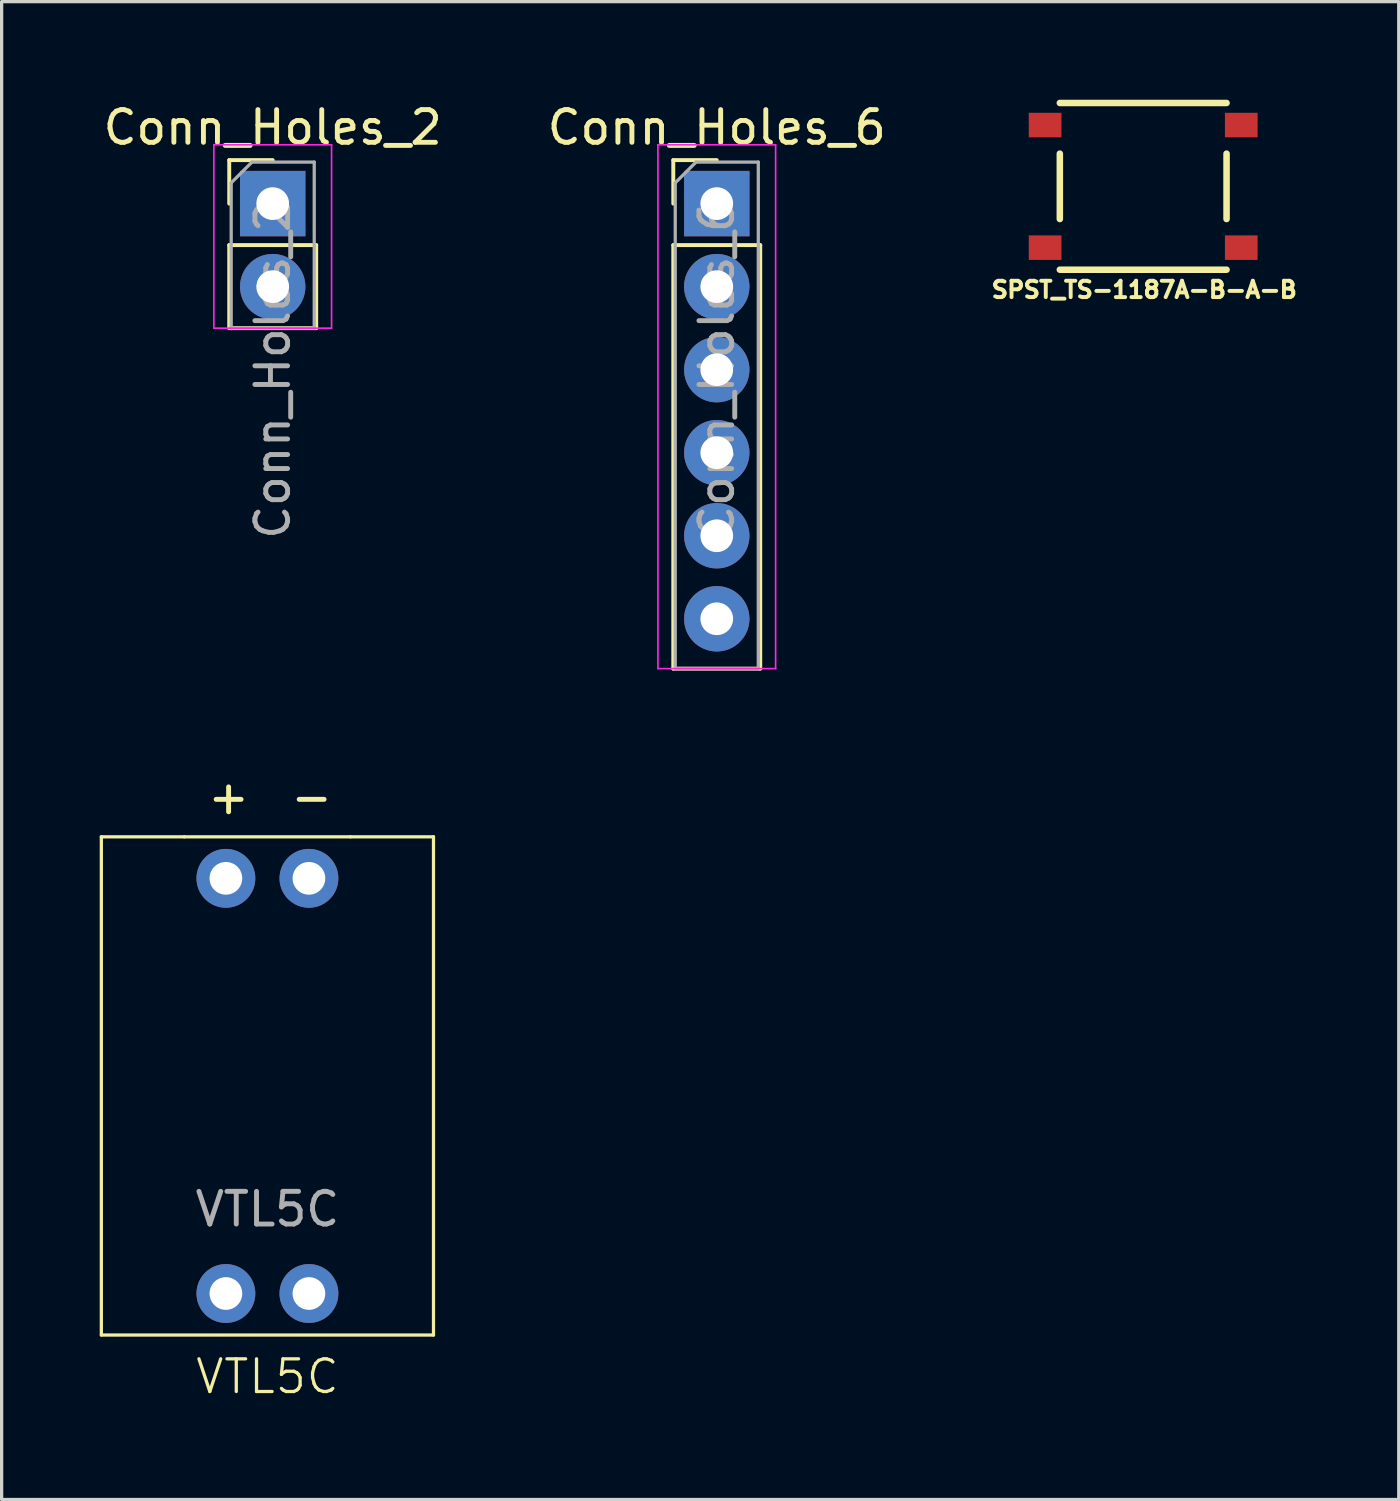
<source format=kicad_pcb>
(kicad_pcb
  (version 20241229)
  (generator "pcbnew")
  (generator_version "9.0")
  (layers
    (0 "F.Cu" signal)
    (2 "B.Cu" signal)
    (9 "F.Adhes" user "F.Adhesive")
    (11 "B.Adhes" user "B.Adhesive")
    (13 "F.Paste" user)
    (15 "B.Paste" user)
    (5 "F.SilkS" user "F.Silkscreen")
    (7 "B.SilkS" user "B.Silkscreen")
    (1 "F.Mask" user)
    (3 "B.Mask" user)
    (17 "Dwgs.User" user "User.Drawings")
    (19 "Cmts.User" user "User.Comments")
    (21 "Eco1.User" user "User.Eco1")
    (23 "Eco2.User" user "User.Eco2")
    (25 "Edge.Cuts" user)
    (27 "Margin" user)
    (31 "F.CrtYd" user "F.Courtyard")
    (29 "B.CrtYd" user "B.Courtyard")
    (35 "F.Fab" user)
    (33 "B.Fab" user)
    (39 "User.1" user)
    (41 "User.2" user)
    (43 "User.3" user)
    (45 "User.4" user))
  (footprint "Conn_Holes_6"
    (layer "F.Cu")
    (at 18.875 3.178)
    (property "Reference" "Conn_Holes_6" (at 0 -2.33 0) (layer "F.SilkS") (effects (font (size 1 1) (thickness 0.15))))
    (attr through_hole)
    (fp_line (start -1.33 -1.33) (end 0 -1.33) (stroke (width 0.12) (type solid)) (layer "F.SilkS"))
    (fp_line (start -1.33 0) (end -1.33 -1.33) (stroke (width 0.12) (type solid)) (layer "F.SilkS"))
    (fp_line (start -1.33 1.27) (end -1.33 14.224) (stroke (width 0.12) (type solid)) (layer "F.SilkS"))
    (fp_line (start -1.33 1.27) (end 1.33 1.27) (stroke (width 0.12) (type solid)) (layer "F.SilkS"))
    (fp_line (start -1.33 14.224) (end 1.33 14.224) (stroke (width 0.12) (type solid)) (layer "F.SilkS"))
    (fp_line (start 1.33 1.27) (end 1.33 14.224) (stroke (width 0.12) (type solid)) (layer "F.SilkS"))
    (fp_line (start -1.8 -1.8) (end -1.8 14.224) (stroke (width 0.05) (type solid)) (layer "F.CrtYd"))
    (fp_line (start -1.8 14.224) (end 1.8 14.224) (stroke (width 0.05) (type solid)) (layer "F.CrtYd"))
    (fp_line (start 1.8 -1.8) (end -1.8 -1.8) (stroke (width 0.05) (type solid)) (layer "F.CrtYd"))
    (fp_line (start 1.8 14.224) (end 1.8 -1.8) (stroke (width 0.05) (type solid)) (layer "F.CrtYd"))
    (fp_line (start -1.27 -0.635) (end -0.635 -1.27) (stroke (width 0.1) (type solid)) (layer "F.Fab"))
    (fp_line (start -1.27 14.224) (end -1.27 -0.635) (stroke (width 0.1) (type solid)) (layer "F.Fab"))
    (fp_line (start -0.635 -1.27) (end 1.27 -1.27) (stroke (width 0.1) (type solid)) (layer "F.Fab"))
    (fp_line (start 1.27 -1.27) (end 1.27 14.224) (stroke (width 0.1) (type solid)) (layer "F.Fab"))
    (fp_line (start 1.27 14.224) (end -1.27 14.224) (stroke (width 0.1) (type solid)) (layer "F.Fab"))
    (fp_text user "${REFERENCE}" (at 0 5.08 90) (layer "F.Fab") (effects (font (size 1 1) (thickness 0.15))))
    (pad "1" thru_hole rect (at 0 0) (size 2 2) (drill 1) (layers "*.Cu" "*.Mask"))
    (pad "2" thru_hole oval (at 0 2.54) (size 2 2) (drill 1) (layers "*.Cu" "*.Mask"))
    (pad "3" thru_hole oval (at 0 5.08) (size 2 2) (drill 1) (layers "*.Cu" "*.Mask"))
    (pad "4" thru_hole oval (at 0 7.62) (size 2 2) (drill 1) (layers "*.Cu" "*.Mask"))
    (pad "5" thru_hole oval (at 0 10.16) (size 2 2) (drill 1) (layers "*.Cu" "*.Mask"))
    (pad "6" thru_hole oval (at 0 12.7) (size 2 2) (drill 1) (layers "*.Cu" "*.Mask")))
  (footprint "VTL5C"
    (layer "F.Cu")
    (at 5.13 30.167)
    (property "Reference" "VTL5C" (at 0 8.89 0) (unlocked yes) (layer "F.SilkS") (effects (font (size 1 1) (thickness 0.1))))
    (attr through_hole)
    (fp_line (start -5.08 -7.62) (end -2.54 -7.62) (stroke (width 0.1) (type default)) (layer "F.SilkS"))
    (fp_line (start -5.08 7.62) (end -5.08 -7.62) (stroke (width 0.1) (type default)) (layer "F.SilkS"))
    (fp_line (start -2.54 -7.62) (end 2.54 -7.62) (stroke (width 0.1) (type default)) (layer "F.SilkS"))
    (fp_line (start 2.54 -7.62) (end 5.08 -7.62) (stroke (width 0.1) (type default)) (layer "F.SilkS"))
    (fp_line (start 5.08 -7.62) (end 5.08 7.62) (stroke (width 0.1) (type default)) (layer "F.SilkS"))
    (fp_line (start 5.08 7.62) (end -5.08 7.62) (stroke (width 0.1) (type default)) (layer "F.SilkS"))
    (fp_text user "-" (at 0.635 -8.255 0) (unlocked yes) (layer "F.SilkS") (effects (font (size 1 1) (thickness 0.15)) (justify left bottom)))
    (fp_text user "+" (at -1.905 -8.255 0) (unlocked yes) (layer "F.SilkS") (effects (font (size 1 1) (thickness 0.15)) (justify left bottom)))
    (fp_text user "${REFERENCE}" (at 0 3.77 0) (unlocked yes) (layer "F.Fab") (effects (font (size 1 1) (thickness 0.15))))
    (pad "1" thru_hole circle (at 1.27 -6.35) (size 1.8 1.8) (drill 1) (layers "*.Cu" "*.Mask"))
    (pad "2" thru_hole circle (at -1.27 -6.35 90) (size 1.8 1.8) (drill 1) (layers "*.Cu" "*.Mask"))
    (pad "3" thru_hole circle (at 1.27 6.35) (size 1.8 1.8) (drill 1) (layers "*.Cu" "*.Mask"))
    (pad "4" thru_hole circle (at -1.27 6.35) (size 1.8 1.8) (drill 1) (layers "*.Cu" "*.Mask")))
  (footprint "Conn_Holes_2"
    (layer "F.Cu")
    (at 5.292 3.178)
    (property "Reference" "Conn_Holes_2" (at 0 -2.33 0) (layer "F.SilkS") (effects (font (size 1 1) (thickness 0.15))))
    (attr through_hole)
    (fp_line (start -1.33 -1.33) (end 0 -1.33) (stroke (width 0.12) (type solid)) (layer "F.SilkS"))
    (fp_line (start -1.33 0) (end -1.33 -1.33) (stroke (width 0.12) (type solid)) (layer "F.SilkS"))
    (fp_line (start -1.33 1.27) (end -1.33 3.81) (stroke (width 0.12) (type solid)) (layer "F.SilkS"))
    (fp_line (start -1.33 1.27) (end 1.33 1.27) (stroke (width 0.12) (type solid)) (layer "F.SilkS"))
    (fp_line (start -1.33 3.81) (end 1.33 3.81) (stroke (width 0.12) (type solid)) (layer "F.SilkS"))
    (fp_line (start 1.33 1.27) (end 1.33 3.81) (stroke (width 0.12) (type solid)) (layer "F.SilkS"))
    (fp_line (start -1.8 -1.8) (end -1.8 3.81) (stroke (width 0.05) (type solid)) (layer "F.CrtYd"))
    (fp_line (start -1.8 3.81) (end 1.8 3.81) (stroke (width 0.05) (type solid)) (layer "F.CrtYd"))
    (fp_line (start 1.8 -1.8) (end -1.8 -1.8) (stroke (width 0.05) (type solid)) (layer "F.CrtYd"))
    (fp_line (start 1.8 3.81) (end 1.8 -1.8) (stroke (width 0.05) (type solid)) (layer "F.CrtYd"))
    (fp_line (start -1.27 -0.635) (end -0.635 -1.27) (stroke (width 0.1) (type solid)) (layer "F.Fab"))
    (fp_line (start -1.27 3.81) (end -1.27 -0.635) (stroke (width 0.1) (type solid)) (layer "F.Fab"))
    (fp_line (start -0.635 -1.27) (end 1.27 -1.27) (stroke (width 0.1) (type solid)) (layer "F.Fab"))
    (fp_line (start 1.27 -1.27) (end 1.27 3.81) (stroke (width 0.1) (type solid)) (layer "F.Fab"))
    (fp_line (start 1.27 3.81) (end -1.27 3.81) (stroke (width 0.1) (type solid)) (layer "F.Fab"))
    (fp_text user "${REFERENCE}" (at 0 5.08 90) (layer "F.Fab") (effects (font (size 1 1) (thickness 0.15))))
    (pad "1" thru_hole rect (at 0 0) (size 2 2) (drill 1) (layers "*.Cu" "*.Mask"))
    (pad "2" thru_hole oval (at 0 2.54) (size 2 2) (drill 1) (layers "*.Cu" "*.Mask")))
  (footprint "SPST_TS-1187A-B-A-B"
    (layer "F.Cu")
    (at 31.919 2.65)
    (property "Reference" "SPST_TS-1187A-B-A-B" (at 0.032 3.163 0) (layer "F.SilkS") (effects (font (size 0.5 0.5) (thickness 0.12))))
    (attr through_hole)
    (fp_line (start -2.55 -2.55) (end 2.55 -2.55) (stroke (width 0.2) (type solid)) (layer "F.SilkS"))
    (fp_line (start -2.55 -1) (end -2.55 1) (stroke (width 0.2) (type solid)) (layer "F.SilkS"))
    (fp_line (start -2.55 2.55) (end 2.55 2.55) (stroke (width 0.2) (type solid)) (layer "F.SilkS"))
    (fp_line (start 2.55 -1) (end 2.55 1) (stroke (width 0.2) (type solid)) (layer "F.SilkS"))
    (pad "1" smd rect (at -3 -1.875) (size 1 0.75) (layers "F.Cu" "F.Mask" "F.Paste"))
    (pad "1" smd rect (at 3 -1.875) (size 1 0.75) (layers "F.Cu" "F.Mask" "F.Paste"))
    (pad "2" smd rect (at -3 1.875) (size 1 0.75) (layers "F.Cu" "F.Mask" "F.Paste"))
    (pad "2" smd rect (at 3 1.875) (size 1 0.75) (layers "F.Cu" "F.Mask" "F.Paste")))
  (gr_rect
    (start -3 -3)
    (end 39.736 42.818)
    (stroke (width 0.1) (type default))
    (fill no)
    (layer "Edge.Cuts")))
</source>
